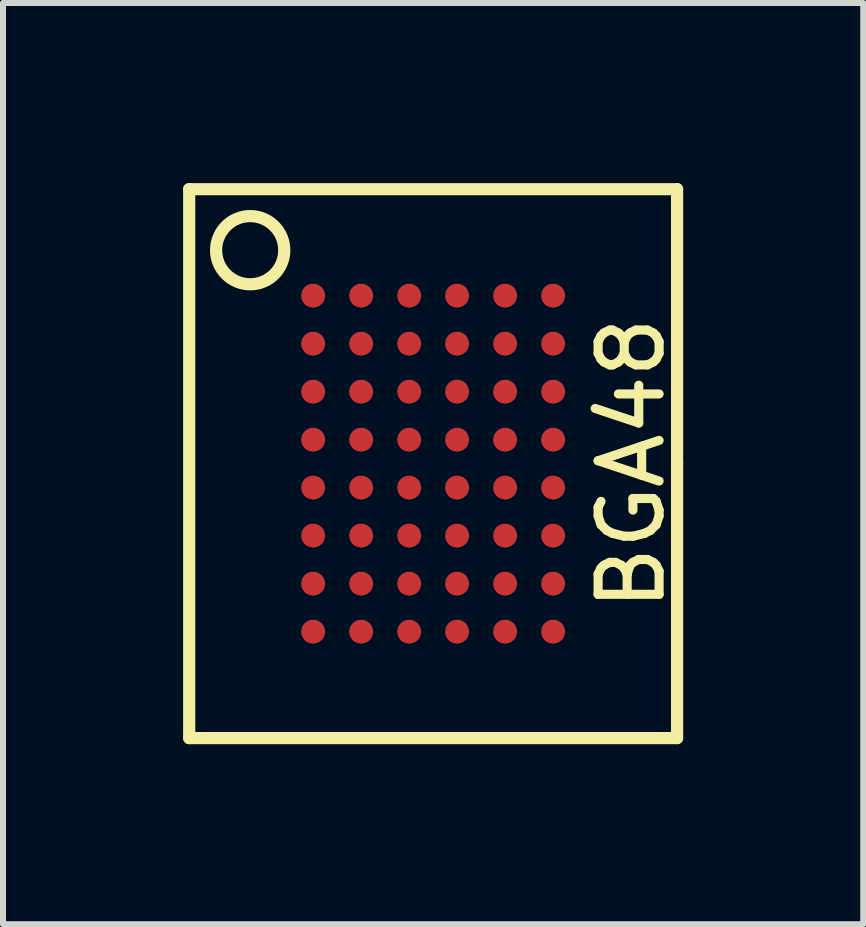
<source format=kicad_pcb>
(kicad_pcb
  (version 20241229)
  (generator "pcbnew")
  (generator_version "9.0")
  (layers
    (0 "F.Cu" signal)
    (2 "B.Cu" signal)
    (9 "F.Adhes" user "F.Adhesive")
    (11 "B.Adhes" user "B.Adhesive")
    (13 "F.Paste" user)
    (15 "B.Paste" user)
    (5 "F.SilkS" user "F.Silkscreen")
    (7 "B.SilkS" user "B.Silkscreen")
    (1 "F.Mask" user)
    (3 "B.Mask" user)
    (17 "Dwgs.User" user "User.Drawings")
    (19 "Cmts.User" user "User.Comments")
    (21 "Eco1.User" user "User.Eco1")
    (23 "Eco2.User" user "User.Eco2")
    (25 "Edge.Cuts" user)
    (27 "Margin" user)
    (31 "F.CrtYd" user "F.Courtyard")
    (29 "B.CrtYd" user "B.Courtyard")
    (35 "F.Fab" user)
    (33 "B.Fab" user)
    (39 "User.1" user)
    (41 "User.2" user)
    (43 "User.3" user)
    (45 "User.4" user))
  (footprint "BGA48"
    (layer "F.Cu")
    (at 4.166 4.674)
    (property "Reference" "BGA48" (at 3.302 0 90) (layer "F.SilkS") (effects (font (size 1.016 1.016) (thickness 0.152))))
    (attr smd)
    (fp_line (start -4.064 -4.572) (end 4.064 -4.572) (stroke (width 0.203) (type solid)) (layer "F.SilkS"))
    (fp_line (start -4.064 4.572) (end -4.064 -4.572) (stroke (width 0.203) (type solid)) (layer "F.SilkS"))
    (fp_line (start 4.064 -4.572) (end 4.064 0) (stroke (width 0.203) (type solid)) (layer "F.SilkS"))
    (fp_line (start 4.064 0) (end 4.064 4.572) (stroke (width 0.203) (type solid)) (layer "F.SilkS"))
    (fp_line (start 4.064 4.572) (end -4.064 4.572) (stroke (width 0.203) (type solid)) (layer "F.SilkS"))
    (fp_circle (center -3.048 -3.556) (end -3.302 -4.064) (stroke (width 0.203) (type solid)) (fill no) (layer "F.SilkS"))
    (pad "A1" smd circle (at -1.999 -2.799) (size 0.399 0.399) (layers "F.Cu" "F.Mask" "F.Paste"))
    (pad "A2" smd circle (at -1.199 -2.799) (size 0.399 0.399) (layers "F.Cu" "F.Mask" "F.Paste"))
    (pad "A3" smd circle (at -0.399 -2.799) (size 0.399 0.399) (layers "F.Cu" "F.Mask" "F.Paste"))
    (pad "A4" smd circle (at 0.399 -2.799) (size 0.399 0.399) (layers "F.Cu" "F.Mask" "F.Paste"))
    (pad "A5" smd circle (at 1.199 -2.799) (size 0.399 0.399) (layers "F.Cu" "F.Mask" "F.Paste"))
    (pad "A6" smd circle (at 1.999 -2.799) (size 0.399 0.399) (layers "F.Cu" "F.Mask" "F.Paste"))
    (pad "B1" smd circle (at -1.999 -1.999) (size 0.399 0.399) (layers "F.Cu" "F.Mask" "F.Paste"))
    (pad "B2" smd circle (at -1.199 -1.999) (size 0.399 0.399) (layers "F.Cu" "F.Mask" "F.Paste"))
    (pad "B3" smd circle (at -0.399 -1.999) (size 0.399 0.399) (layers "F.Cu" "F.Mask" "F.Paste"))
    (pad "B4" smd circle (at 0.399 -1.999) (size 0.399 0.399) (layers "F.Cu" "F.Mask" "F.Paste"))
    (pad "B5" smd circle (at 1.199 -1.999) (size 0.399 0.399) (layers "F.Cu" "F.Mask" "F.Paste"))
    (pad "B6" smd circle (at 1.999 -1.999) (size 0.399 0.399) (layers "F.Cu" "F.Mask" "F.Paste"))
    (pad "C1" smd circle (at -1.999 -1.199) (size 0.399 0.399) (layers "F.Cu" "F.Mask" "F.Paste"))
    (pad "C2" smd circle (at -1.199 -1.199) (size 0.399 0.399) (layers "F.Cu" "F.Mask" "F.Paste"))
    (pad "C3" smd circle (at -0.399 -1.199) (size 0.399 0.399) (layers "F.Cu" "F.Mask" "F.Paste"))
    (pad "C4" smd circle (at 0.399 -1.199) (size 0.399 0.399) (layers "F.Cu" "F.Mask" "F.Paste"))
    (pad "C5" smd circle (at 1.199 -1.199) (size 0.399 0.399) (layers "F.Cu" "F.Mask" "F.Paste"))
    (pad "C6" smd circle (at 1.999 -1.199) (size 0.399 0.399) (layers "F.Cu" "F.Mask" "F.Paste"))
    (pad "D1" smd circle (at -1.999 -0.399) (size 0.399 0.399) (layers "F.Cu" "F.Mask" "F.Paste"))
    (pad "D2" smd circle (at -1.199 -0.399) (size 0.399 0.399) (layers "F.Cu" "F.Mask" "F.Paste"))
    (pad "D3" smd circle (at -0.399 -0.399) (size 0.399 0.399) (layers "F.Cu" "F.Mask" "F.Paste"))
    (pad "D4" smd circle (at 0.399 -0.399) (size 0.399 0.399) (layers "F.Cu" "F.Mask" "F.Paste"))
    (pad "D5" smd circle (at 1.199 -0.399) (size 0.399 0.399) (layers "F.Cu" "F.Mask" "F.Paste"))
    (pad "D6" smd circle (at 1.999 -0.399) (size 0.399 0.399) (layers "F.Cu" "F.Mask" "F.Paste"))
    (pad "E1" smd circle (at -1.999 0.399) (size 0.399 0.399) (layers "F.Cu" "F.Mask" "F.Paste"))
    (pad "E2" smd circle (at -1.199 0.399) (size 0.399 0.399) (layers "F.Cu" "F.Mask" "F.Paste"))
    (pad "E3" smd circle (at -0.399 0.399) (size 0.399 0.399) (layers "F.Cu" "F.Mask" "F.Paste"))
    (pad "E4" smd circle (at 0.399 0.399) (size 0.399 0.399) (layers "F.Cu" "F.Mask" "F.Paste"))
    (pad "E5" smd circle (at 1.199 0.399) (size 0.399 0.399) (layers "F.Cu" "F.Mask" "F.Paste"))
    (pad "E6" smd circle (at 1.999 0.399) (size 0.399 0.399) (layers "F.Cu" "F.Mask" "F.Paste"))
    (pad "F1" smd circle (at -1.999 1.199) (size 0.399 0.399) (layers "F.Cu" "F.Mask" "F.Paste"))
    (pad "F2" smd circle (at -1.199 1.199) (size 0.399 0.399) (layers "F.Cu" "F.Mask" "F.Paste"))
    (pad "F3" smd circle (at -0.399 1.199) (size 0.399 0.399) (layers "F.Cu" "F.Mask" "F.Paste"))
    (pad "F4" smd circle (at 0.399 1.199) (size 0.399 0.399) (layers "F.Cu" "F.Mask" "F.Paste"))
    (pad "F5" smd circle (at 1.199 1.199) (size 0.399 0.399) (layers "F.Cu" "F.Mask" "F.Paste"))
    (pad "F6" smd circle (at 1.999 1.199) (size 0.399 0.399) (layers "F.Cu" "F.Mask" "F.Paste"))
    (pad "G1" smd circle (at -1.999 1.999) (size 0.399 0.399) (layers "F.Cu" "F.Mask" "F.Paste"))
    (pad "G2" smd circle (at -1.199 1.999) (size 0.399 0.399) (layers "F.Cu" "F.Mask" "F.Paste"))
    (pad "G3" smd circle (at -0.399 1.999) (size 0.399 0.399) (layers "F.Cu" "F.Mask" "F.Paste"))
    (pad "G4" smd circle (at 0.399 1.999) (size 0.399 0.399) (layers "F.Cu" "F.Mask" "F.Paste"))
    (pad "G5" smd circle (at 1.199 1.999) (size 0.399 0.399) (layers "F.Cu" "F.Mask" "F.Paste"))
    (pad "G6" smd circle (at 1.999 1.999) (size 0.399 0.399) (layers "F.Cu" "F.Mask" "F.Paste"))
    (pad "H1" smd circle (at -1.999 2.799) (size 0.399 0.399) (layers "F.Cu" "F.Mask" "F.Paste"))
    (pad "H2" smd circle (at -1.199 2.799) (size 0.399 0.399) (layers "F.Cu" "F.Mask" "F.Paste"))
    (pad "H3" smd circle (at -0.399 2.799) (size 0.399 0.399) (layers "F.Cu" "F.Mask" "F.Paste"))
    (pad "H4" smd circle (at 0.399 2.799) (size 0.399 0.399) (layers "F.Cu" "F.Mask" "F.Paste"))
    (pad "H5" smd circle (at 1.199 2.799) (size 0.399 0.399) (layers "F.Cu" "F.Mask" "F.Paste"))
    (pad "H6" smd circle (at 1.999 2.799) (size 0.399 0.399) (layers "F.Cu" "F.Mask" "F.Paste")))
  (gr_rect
    (start -3 -3)
    (end 11.331 12.347)
    (stroke (width 0.1) (type default))
    (fill no)
    (layer "Edge.Cuts")))
</source>
